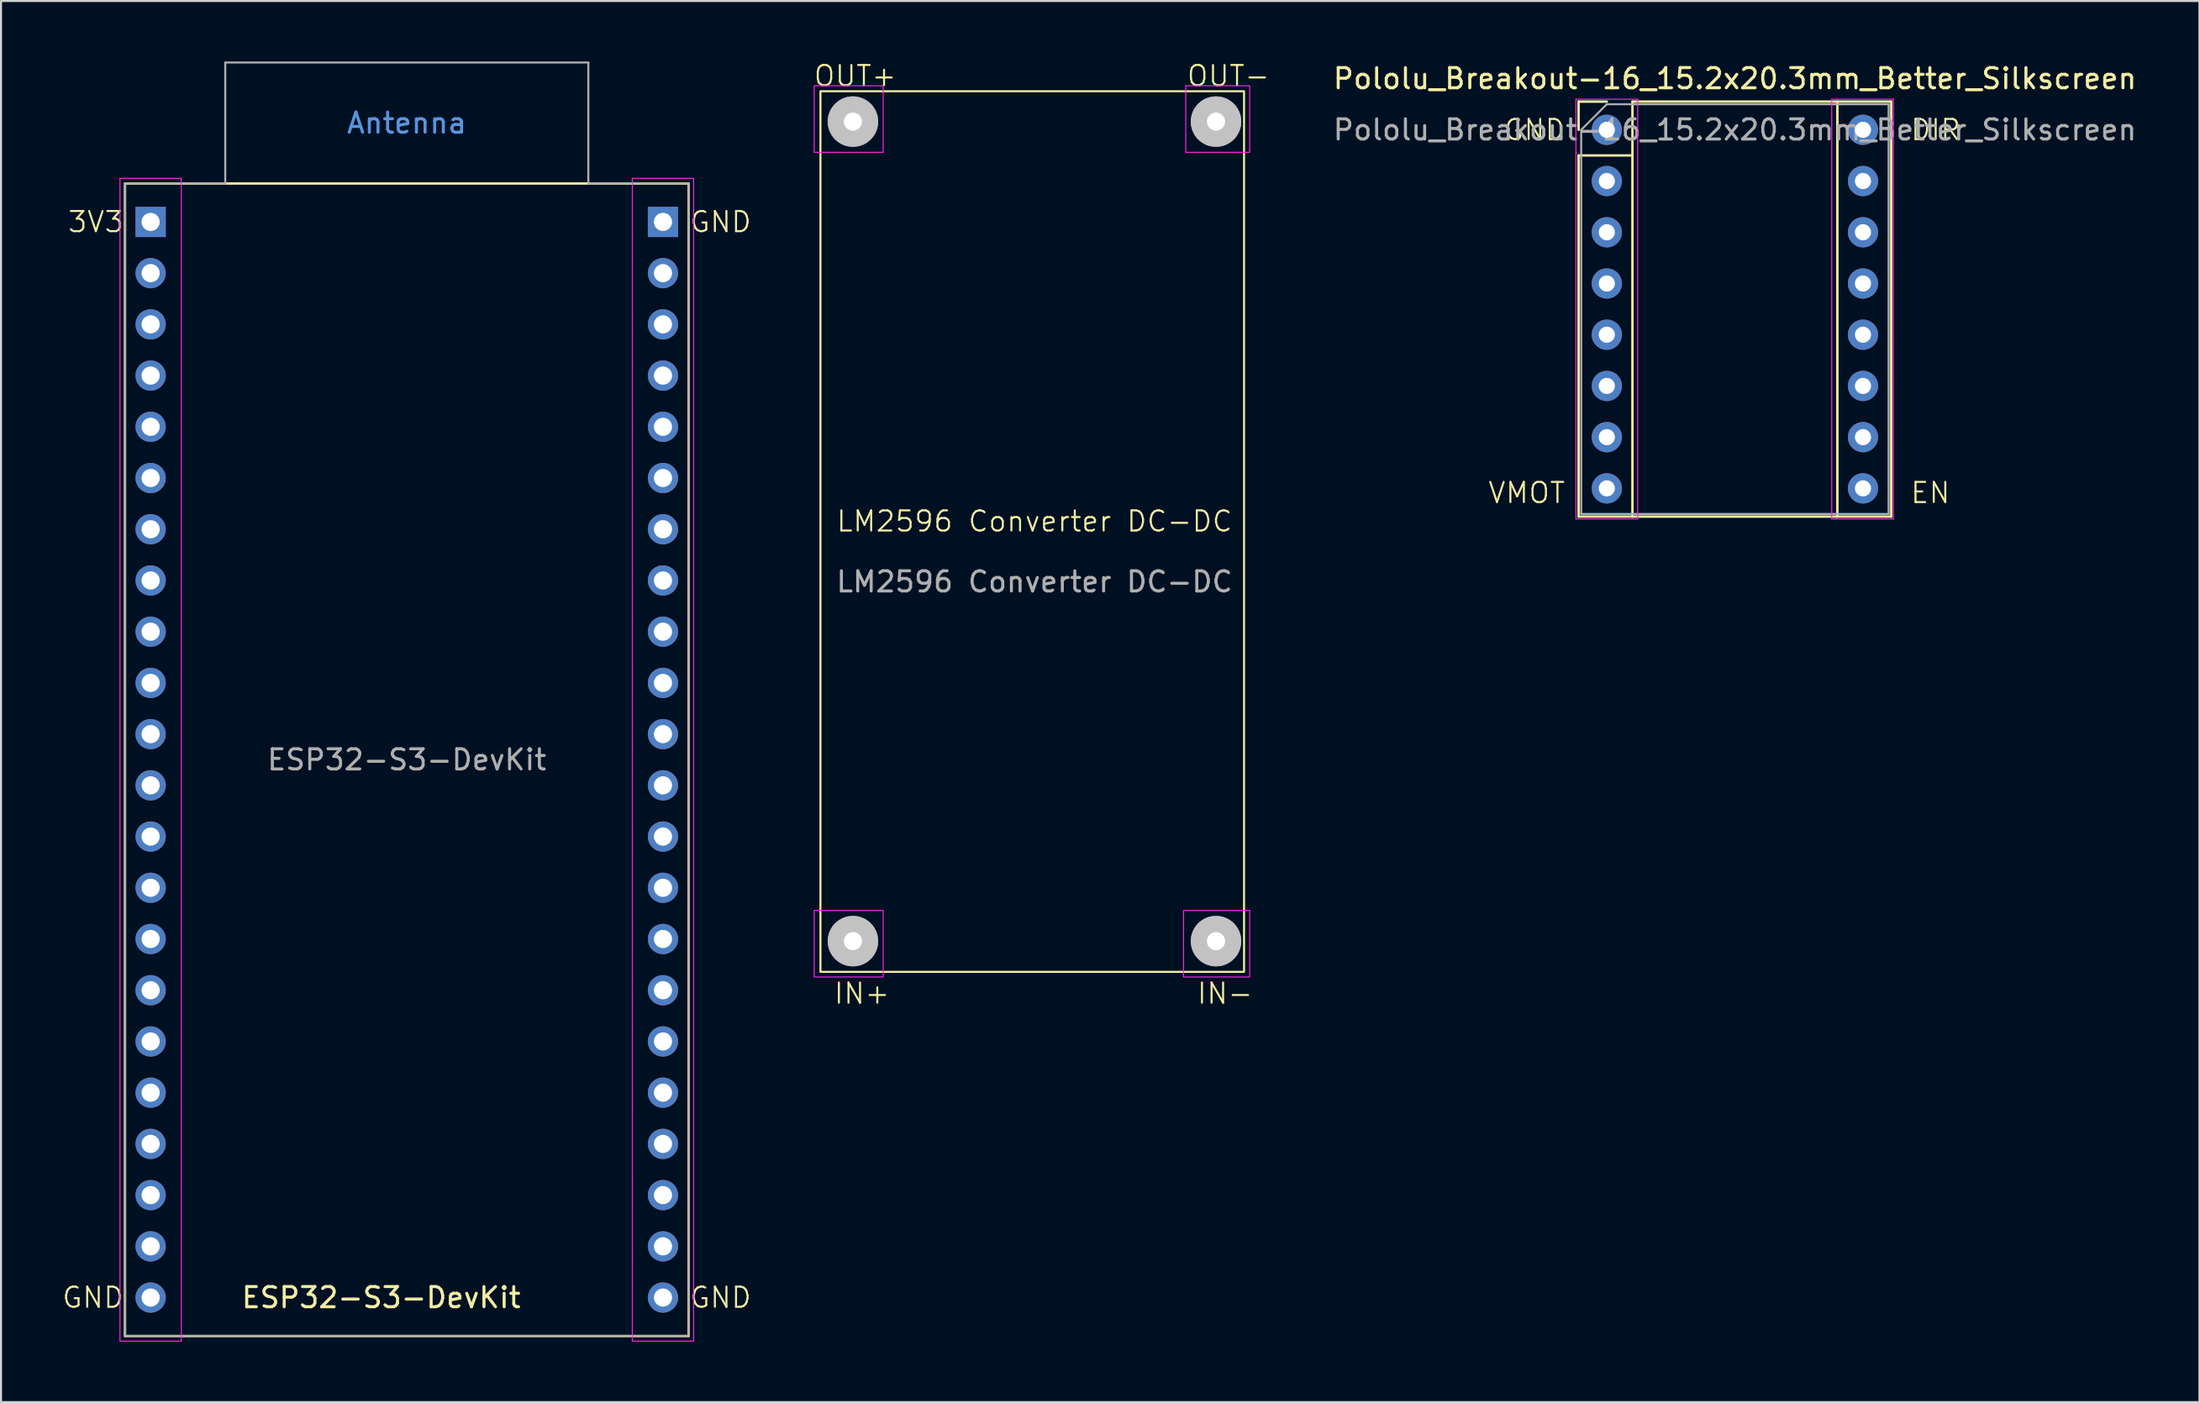
<source format=kicad_pcb>
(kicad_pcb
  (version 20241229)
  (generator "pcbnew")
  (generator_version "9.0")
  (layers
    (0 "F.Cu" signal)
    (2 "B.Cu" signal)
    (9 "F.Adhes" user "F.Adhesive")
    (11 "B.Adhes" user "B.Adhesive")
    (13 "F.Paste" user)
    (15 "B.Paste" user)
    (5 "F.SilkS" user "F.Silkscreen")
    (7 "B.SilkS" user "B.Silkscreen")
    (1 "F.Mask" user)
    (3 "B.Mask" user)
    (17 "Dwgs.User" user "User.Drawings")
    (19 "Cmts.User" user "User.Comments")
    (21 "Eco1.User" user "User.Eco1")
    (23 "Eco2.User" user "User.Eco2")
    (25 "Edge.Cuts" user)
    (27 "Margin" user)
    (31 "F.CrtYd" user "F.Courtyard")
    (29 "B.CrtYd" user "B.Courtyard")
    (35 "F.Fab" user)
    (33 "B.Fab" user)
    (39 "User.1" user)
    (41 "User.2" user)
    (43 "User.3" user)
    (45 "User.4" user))
  (footprint "Pololu_Breakout-16_15.2x20.3mm_Better_Silkscreen"
    (layer "F.Cu")
    (at 76.61 3.388)
    (property "Reference" "Pololu_Breakout-16_15.2x20.3mm_Better_Silkscreen" (at 6.35 -2.54 0) (layer "F.SilkS") (effects (font (size 1 1) (thickness 0.15))))
    (attr through_hole)
    (fp_line (start -1.4 -1.4) (end -1.4 0) (stroke (width 0.12) (type solid)) (layer "F.SilkS"))
    (fp_line (start -1.4 1.27) (end -1.4 19.18) (stroke (width 0.12) (type solid)) (layer "F.SilkS"))
    (fp_line (start -1.4 19.18) (end 14.1 19.18) (stroke (width 0.12) (type solid)) (layer "F.SilkS"))
    (fp_line (start 0 -1.4) (end -1.4 -1.4) (stroke (width 0.12) (type solid)) (layer "F.SilkS"))
    (fp_line (start 1.27 -1.4) (end 1.27 1.27) (stroke (width 0.12) (type solid)) (layer "F.SilkS"))
    (fp_line (start 1.27 1.27) (end -1.4 1.27) (stroke (width 0.12) (type solid)) (layer "F.SilkS"))
    (fp_line (start 1.27 1.27) (end 1.27 19.18) (stroke (width 0.12) (type solid)) (layer "F.SilkS"))
    (fp_line (start 11.43 -1.4) (end 11.43 19.18) (stroke (width 0.12) (type solid)) (layer "F.SilkS"))
    (fp_line (start 14.1 -1.4) (end 1.27 -1.4) (stroke (width 0.12) (type solid)) (layer "F.SilkS"))
    (fp_line (start 14.1 19.18) (end 14.1 -1.4) (stroke (width 0.12) (type solid)) (layer "F.SilkS"))
    (fp_line (start -1.53 -1.52) (end -1.53 19.3) (stroke (width 0.05) (type solid)) (layer "F.CrtYd"))
    (fp_line (start -1.53 -1.52) (end 1.53 -1.52) (stroke (width 0.05) (type solid)) (layer "F.CrtYd"))
    (fp_line (start 1.53 19.3) (end -1.53 19.3) (stroke (width 0.05) (type solid)) (layer "F.CrtYd"))
    (fp_line (start 1.53 19.3) (end 1.53 -1.52) (stroke (width 0.05) (type default)) (layer "F.CrtYd"))
    (fp_line (start 11.15 19.3) (end 11.15 -1.52) (stroke (width 0.05) (type default)) (layer "F.CrtYd"))
    (fp_line (start 14.21 -1.52) (end 11.15 -1.52) (stroke (width 0.05) (type default)) (layer "F.CrtYd"))
    (fp_line (start 14.21 19.3) (end 11.15 19.3) (stroke (width 0.05) (type default)) (layer "F.CrtYd"))
    (fp_line (start 14.21 19.3) (end 14.21 -1.52) (stroke (width 0.05) (type solid)) (layer "F.CrtYd"))
    (fp_line (start -1.27 0) (end 0 -1.27) (stroke (width 0.1) (type solid)) (layer "F.Fab"))
    (fp_line (start -1.27 19.05) (end -1.27 0) (stroke (width 0.1) (type solid)) (layer "F.Fab"))
    (fp_line (start 0 -1.27) (end 13.97 -1.27) (stroke (width 0.1) (type solid)) (layer "F.Fab"))
    (fp_line (start 13.97 -1.27) (end 13.97 19.05) (stroke (width 0.1) (type solid)) (layer "F.Fab"))
    (fp_line (start 13.97 19.05) (end -1.27 19.05) (stroke (width 0.1) (type solid)) (layer "F.Fab"))
    (fp_text user "DIR" (at 15 0 0) (unlocked yes) (layer "F.SilkS") (effects (font (size 1 1) (thickness 0.1)) (justify left)))
    (fp_text user "VMOT" (at -2 18 0) (unlocked yes) (layer "F.SilkS") (effects (font (size 1 1) (thickness 0.1)) (justify right)))
    (fp_text user "GND" (at -2 0 0) (unlocked yes) (layer "F.SilkS") (effects (font (size 1 1) (thickness 0.1)) (justify right)))
    (fp_text user "EN" (at 15 18 0) (unlocked yes) (layer "F.SilkS") (effects (font (size 1 1) (thickness 0.1)) (justify left)))
    (fp_text user "${REFERENCE}" (at 6.35 0 0) (layer "F.Fab") (effects (font (size 1 1) (thickness 0.15))))
    (pad "1" thru_hole circle (at 0 0) (size 1.5 1.5) (drill 0.8) (layers "*.Cu" "*.Mask"))
    (pad "2" thru_hole circle (at 0 2.54) (size 1.5 1.5) (drill 0.8) (layers "*.Cu" "*.Mask"))
    (pad "3" thru_hole circle (at 0 5.08) (size 1.5 1.5) (drill 0.8) (layers "*.Cu" "*.Mask"))
    (pad "4" thru_hole circle (at 0 7.62) (size 1.5 1.5) (drill 0.8) (layers "*.Cu" "*.Mask"))
    (pad "5" thru_hole circle (at 0 10.16) (size 1.5 1.5) (drill 0.8) (layers "*.Cu" "*.Mask"))
    (pad "6" thru_hole circle (at 0 12.7) (size 1.5 1.5) (drill 0.8) (layers "*.Cu" "*.Mask"))
    (pad "7" thru_hole circle (at 0 15.24) (size 1.5 1.5) (drill 0.8) (layers "*.Cu" "*.Mask"))
    (pad "8" thru_hole circle (at 0 17.78) (size 1.5 1.5) (drill 0.8) (layers "*.Cu" "*.Mask"))
    (pad "9" thru_hole circle (at 12.7 17.78) (size 1.5 1.5) (drill 0.8) (layers "*.Cu" "*.Mask"))
    (pad "10" thru_hole circle (at 12.7 15.24) (size 1.5 1.5) (drill 0.8) (layers "*.Cu" "*.Mask"))
    (pad "11" thru_hole circle (at 12.7 12.7) (size 1.5 1.5) (drill 0.8) (layers "*.Cu" "*.Mask"))
    (pad "12" thru_hole circle (at 12.7 10.16) (size 1.5 1.5) (drill 0.8) (layers "*.Cu" "*.Mask"))
    (pad "13" thru_hole circle (at 12.7 7.62) (size 1.5 1.5) (drill 0.8) (layers "*.Cu" "*.Mask"))
    (pad "14" thru_hole circle (at 12.7 5.08) (size 1.5 1.5) (drill 0.8) (layers "*.Cu" "*.Mask"))
    (pad "15" thru_hole circle (at 12.7 2.54) (size 1.5 1.5) (drill 0.8) (layers "*.Cu" "*.Mask"))
    (pad "16" thru_hole circle (at 12.7 0) (size 1.5 1.5) (drill 0.8) (layers "*.Cu" "*.Mask")))
  (footprint "ESP32-S3-DevKit"
    (layer "F.Cu")
    (at 4.418 7.955)
    (property "Reference" "ESP32-S3-DevKit" (at 11.43 53.34 0) (unlocked yes) (layer "F.SilkS") (effects (font (size 1 1) (thickness 0.15))))
    (attr through_hole)
    (fp_line (start -1.27 -1.905) (end 26.67 -1.905) (stroke (width 0.12) (type default)) (layer "F.SilkS"))
    (fp_line (start -1.27 55.245) (end -1.27 -1.905) (stroke (width 0.12) (type default)) (layer "F.SilkS"))
    (fp_line (start 26.67 -1.905) (end 26.67 55.245) (stroke (width 0.12) (type default)) (layer "F.SilkS"))
    (fp_line (start 26.67 55.245) (end -1.27 55.245) (stroke (width 0.12) (type default)) (layer "F.SilkS"))
    (fp_line (start -1.52 -2.16) (end 1.52 -2.16) (stroke (width 0.05) (type default)) (layer "F.CrtYd"))
    (fp_line (start -1.52 55.5) (end -1.52 -2.16) (stroke (width 0.05) (type default)) (layer "F.CrtYd"))
    (fp_line (start -1.52 55.5) (end 1.52 55.5) (stroke (width 0.05) (type default)) (layer "F.CrtYd"))
    (fp_line (start 1.52 55.5) (end 1.52 -2.16) (stroke (width 0.05) (type default)) (layer "F.CrtYd"))
    (fp_line (start 23.88 -2.16) (end 26.92 -2.16) (stroke (width 0.05) (type default)) (layer "F.CrtYd"))
    (fp_line (start 23.88 55.5) (end 23.88 -2.16) (stroke (width 0.05) (type default)) (layer "F.CrtYd"))
    (fp_line (start 26.92 55.5) (end 23.88 55.5) (stroke (width 0.05) (type default)) (layer "F.CrtYd"))
    (fp_line (start 26.92 55.5) (end 26.92 -2.16) (stroke (width 0.05) (type default)) (layer "F.CrtYd"))
    (fp_line (start -1.27 -1.905) (end 3.7 -1.905) (stroke (width 0.1) (type default)) (layer "F.Fab"))
    (fp_line (start -1.27 55.245) (end -1.27 -1.905) (stroke (width 0.1) (type default)) (layer "F.Fab"))
    (fp_line (start 3.7 -1.905) (end 3.7 -7.905) (stroke (width 0.1) (type default)) (layer "F.Fab"))
    (fp_line (start 21.7 -7.905) (end 3.7 -7.905) (stroke (width 0.1) (type default)) (layer "F.Fab"))
    (fp_line (start 21.7 -1.905) (end 21.7 -7.905) (stroke (width 0.1) (type default)) (layer "F.Fab"))
    (fp_line (start 26.67 -1.905) (end 21.7 -1.905) (stroke (width 0.1) (type default)) (layer "F.Fab"))
    (fp_line (start 26.67 -1.905) (end 26.67 55.245) (stroke (width 0.1) (type default)) (layer "F.Fab"))
    (fp_line (start 26.67 55.245) (end -1.27 55.245) (stroke (width 0.1) (type default)) (layer "F.Fab"))
    (fp_text user "3V3" (at -1.27 0 0) (unlocked yes) (layer "F.SilkS") (effects (font (size 1 1) (thickness 0.1)) (justify right)))
    (fp_text user "GND" (at 26.67 53.34 0) (unlocked yes) (layer "F.SilkS") (effects (font (size 1 1) (thickness 0.1)) (justify left)))
    (fp_text user "GND" (at 26.67 0 0) (unlocked yes) (layer "F.SilkS") (effects (font (size 1 1) (thickness 0.1)) (justify left)))
    (fp_text user "GND" (at -1.27 53.34 0) (unlocked yes) (layer "F.SilkS") (effects (font (size 1 1) (thickness 0.1)) (justify right)))
    (fp_text user "Antenna" (at 12.7 -4.905 0) (unlocked yes) (layer "Cmts.User") (effects (font (size 1 1) (thickness 0.15))))
    (fp_text user "${REFERENCE}" (at 12.7 26.67 0) (unlocked yes) (layer "F.Fab") (effects (font (size 1 1) (thickness 0.15))))
    (pad "1" thru_hole rect (at 0 0) (size 1.5 1.5) (drill 0.9) (layers "*.Cu" "*.Mask") (remove_unused_layers yes) (keep_end_layers yes) (zone_layer_connections))
    (pad "2" thru_hole circle (at 0 2.54) (size 1.5 1.5) (drill 0.9) (layers "*.Cu" "*.Mask") (remove_unused_layers yes) (keep_end_layers yes) (zone_layer_connections))
    (pad "3" thru_hole circle (at 0 5.08) (size 1.5 1.5) (drill 0.9) (layers "*.Cu" "*.Mask") (remove_unused_layers yes) (keep_end_layers yes) (zone_layer_connections))
    (pad "4" thru_hole circle (at 0 7.62) (size 1.5 1.5) (drill 0.9) (layers "*.Cu" "*.Mask") (remove_unused_layers yes) (keep_end_layers yes) (zone_layer_connections))
    (pad "5" thru_hole circle (at 0 10.16) (size 1.5 1.5) (drill 0.9) (layers "*.Cu" "*.Mask") (remove_unused_layers yes) (keep_end_layers yes) (zone_layer_connections))
    (pad "6" thru_hole circle (at 0 12.7) (size 1.5 1.5) (drill 0.9) (layers "*.Cu" "*.Mask") (remove_unused_layers yes) (keep_end_layers yes) (zone_layer_connections))
    (pad "7" thru_hole circle (at 0 15.24) (size 1.5 1.5) (drill 0.9) (layers "*.Cu" "*.Mask") (remove_unused_layers yes) (keep_end_layers yes) (zone_layer_connections))
    (pad "8" thru_hole circle (at 0 17.78) (size 1.5 1.5) (drill 0.9) (layers "*.Cu" "*.Mask") (remove_unused_layers yes) (keep_end_layers yes) (zone_layer_connections))
    (pad "9" thru_hole circle (at 0 20.32) (size 1.5 1.5) (drill 0.9) (layers "*.Cu" "*.Mask") (remove_unused_layers yes) (keep_end_layers yes) (zone_layer_connections))
    (pad "10" thru_hole circle (at 0 22.86) (size 1.5 1.5) (drill 0.9) (layers "*.Cu" "*.Mask") (remove_unused_layers yes) (keep_end_layers yes) (zone_layer_connections))
    (pad "11" thru_hole circle (at 0 25.4) (size 1.5 1.5) (drill 0.9) (layers "*.Cu" "*.Mask") (remove_unused_layers yes) (keep_end_layers yes) (zone_layer_connections))
    (pad "12" thru_hole circle (at 0 27.94) (size 1.5 1.5) (drill 0.9) (layers "*.Cu" "*.Mask") (remove_unused_layers yes) (keep_end_layers yes) (zone_layer_connections))
    (pad "13" thru_hole circle (at 0 30.48) (size 1.5 1.5) (drill 0.9) (layers "*.Cu" "*.Mask") (remove_unused_layers yes) (keep_end_layers yes) (zone_layer_connections))
    (pad "14" thru_hole circle (at 0 33.02) (size 1.5 1.5) (drill 0.9) (layers "*.Cu" "*.Mask") (remove_unused_layers yes) (keep_end_layers yes) (zone_layer_connections))
    (pad "15" thru_hole circle (at 0 35.56) (size 1.5 1.5) (drill 0.9) (layers "*.Cu" "*.Mask") (remove_unused_layers yes) (keep_end_layers yes) (zone_layer_connections))
    (pad "16" thru_hole circle (at 0 38.1 180) (size 1.5 1.5) (drill 0.9) (layers "*.Cu" "*.Mask") (remove_unused_layers yes) (keep_end_layers yes) (zone_layer_connections))
    (pad "17" thru_hole circle (at 0 40.64 180) (size 1.5 1.5) (drill 0.9) (layers "*.Cu" "*.Mask") (remove_unused_layers yes) (keep_end_layers yes) (zone_layer_connections))
    (pad "18" thru_hole circle (at 0 43.18 180) (size 1.5 1.5) (drill 0.9) (layers "*.Cu" "*.Mask") (remove_unused_layers yes) (keep_end_layers yes) (zone_layer_connections))
    (pad "19" thru_hole circle (at 0 45.72 180) (size 1.5 1.5) (drill 0.9) (layers "*.Cu" "*.Mask") (remove_unused_layers yes) (keep_end_layers yes) (zone_layer_connections))
    (pad "20" thru_hole circle (at 0 48.26 180) (size 1.5 1.5) (drill 0.9) (layers "*.Cu" "*.Mask") (remove_unused_layers yes) (keep_end_layers yes) (zone_layer_connections))
    (pad "21" thru_hole circle (at 0 50.8 180) (size 1.5 1.5) (drill 0.9) (layers "*.Cu" "*.Mask") (remove_unused_layers yes) (keep_end_layers yes) (zone_layer_connections))
    (pad "22" thru_hole circle (at 0 53.34 180) (size 1.5 1.5) (drill 0.9) (layers "*.Cu" "*.Mask") (remove_unused_layers yes) (keep_end_layers yes) (zone_layer_connections))
    (pad "23" thru_hole circle (at 25.4 53.34) (size 1.5 1.5) (drill 0.9) (layers "*.Cu" "*.Mask") (remove_unused_layers yes) (keep_end_layers yes) (zone_layer_connections))
    (pad "24" thru_hole circle (at 25.4 50.8) (size 1.5 1.5) (drill 0.9) (layers "*.Cu" "*.Mask") (remove_unused_layers yes) (keep_end_layers yes) (zone_layer_connections))
    (pad "25" thru_hole circle (at 25.4 48.26) (size 1.5 1.5) (drill 0.9) (layers "*.Cu" "*.Mask") (remove_unused_layers yes) (keep_end_layers yes) (zone_layer_connections))
    (pad "26" thru_hole circle (at 25.4 45.72) (size 1.5 1.5) (drill 0.9) (layers "*.Cu" "*.Mask") (remove_unused_layers yes) (keep_end_layers yes) (zone_layer_connections))
    (pad "27" thru_hole circle (at 25.4 43.18) (size 1.5 1.5) (drill 0.9) (layers "*.Cu" "*.Mask") (remove_unused_layers yes) (keep_end_layers yes) (zone_layer_connections))
    (pad "28" thru_hole circle (at 25.4 40.64) (size 1.5 1.5) (drill 0.9) (layers "*.Cu" "*.Mask") (remove_unused_layers yes) (keep_end_layers yes) (zone_layer_connections))
    (pad "29" thru_hole circle (at 25.4 38.1) (size 1.5 1.5) (drill 0.9) (layers "*.Cu" "*.Mask") (remove_unused_layers yes) (keep_end_layers yes) (zone_layer_connections))
    (pad "30" thru_hole circle (at 25.4 35.56) (size 1.5 1.5) (drill 0.9) (layers "*.Cu" "*.Mask") (remove_unused_layers yes) (keep_end_layers yes) (zone_layer_connections))
    (pad "31" thru_hole circle (at 25.4 33.02) (size 1.5 1.5) (drill 0.9) (layers "*.Cu" "*.Mask") (remove_unused_layers yes) (keep_end_layers yes) (zone_layer_connections))
    (pad "32" thru_hole circle (at 25.4 30.48) (size 1.5 1.5) (drill 0.9) (layers "*.Cu" "*.Mask") (remove_unused_layers yes) (keep_end_layers yes) (zone_layer_connections))
    (pad "33" thru_hole circle (at 25.4 27.94) (size 1.5 1.5) (drill 0.9) (layers "*.Cu" "*.Mask") (remove_unused_layers yes) (keep_end_layers yes) (zone_layer_connections))
    (pad "34" thru_hole circle (at 25.4 25.4) (size 1.5 1.5) (drill 0.9) (layers "*.Cu" "*.Mask") (remove_unused_layers yes) (keep_end_layers yes) (zone_layer_connections))
    (pad "35" thru_hole circle (at 25.4 22.86) (size 1.5 1.5) (drill 0.9) (layers "*.Cu" "*.Mask") (remove_unused_layers yes) (keep_end_layers yes) (zone_layer_connections))
    (pad "36" thru_hole circle (at 25.4 20.32) (size 1.5 1.5) (drill 0.9) (layers "*.Cu" "*.Mask") (remove_unused_layers yes) (keep_end_layers yes) (zone_layer_connections))
    (pad "37" thru_hole circle (at 25.4 17.78) (size 1.5 1.5) (drill 0.9) (layers "*.Cu" "*.Mask") (remove_unused_layers yes) (keep_end_layers yes) (zone_layer_connections))
    (pad "38" thru_hole circle (at 25.4 15.24) (size 1.5 1.5) (drill 0.9) (layers "*.Cu" "*.Mask") (remove_unused_layers yes) (keep_end_layers yes) (zone_layer_connections))
    (pad "39" thru_hole circle (at 25.4 12.7) (size 1.5 1.5) (drill 0.9) (layers "*.Cu" "*.Mask") (remove_unused_layers yes) (keep_end_layers yes) (zone_layer_connections))
    (pad "40" thru_hole circle (at 25.4 10.16) (size 1.5 1.5) (drill 0.9) (layers "*.Cu" "*.Mask") (remove_unused_layers yes) (keep_end_layers yes) (zone_layer_connections))
    (pad "41" thru_hole circle (at 25.4 7.62) (size 1.5 1.5) (drill 0.9) (layers "*.Cu" "*.Mask") (remove_unused_layers yes) (keep_end_layers yes) (zone_layer_connections))
    (pad "42" thru_hole circle (at 25.4 5.08) (size 1.5 1.5) (drill 0.9) (layers "*.Cu" "*.Mask") (remove_unused_layers yes) (keep_end_layers yes) (zone_layer_connections))
    (pad "43" thru_hole circle (at 25.4 2.54) (size 1.5 1.5) (drill 0.9) (layers "*.Cu" "*.Mask") (remove_unused_layers yes) (keep_end_layers yes) (zone_layer_connections))
    (pad "44" thru_hole rect (at 25.4 0) (size 1.5 1.5) (drill 0.9) (layers "*.Cu" "*.Mask") (remove_unused_layers yes) (keep_end_layers yes) (zone_layer_connections)))
  (footprint "LM2596 Converter DC-DC"
    (layer "F.Cu")
    (at 48.235 23.3)
    (property "Reference" "LM2596 Converter DC-DC" (at 0 -0.5 0) (unlocked yes) (layer "F.SilkS") (effects (font (size 1 1) (thickness 0.1))))
    (attr through_hole)
    (fp_rect (start -10.61 -21.826) (end 10.39 21.844) (stroke (width 0.1) (type default)) (fill no) (layer "F.SilkS"))
    (fp_rect (start -10.922 -22.098) (end -7.5 -18.796) (stroke (width 0.05) (type default)) (fill no) (layer "F.CrtYd"))
    (fp_rect (start -10.922 18.796) (end -7.5 22.098) (stroke (width 0.05) (type default)) (fill no) (layer "F.CrtYd"))
    (fp_rect (start 7.39 18.796) (end 10.668 22.098) (stroke (width 0.05) (type default)) (fill no) (layer "F.CrtYd"))
    (fp_rect (start 7.5 -22.098) (end 10.668 -18.796) (stroke (width 0.05) (type default)) (fill no) (layer "F.CrtYd"))
    (fp_text user "OUT-" (at 7.5 -22 0) (unlocked yes) (layer "F.SilkS") (effects (font (size 1 1) (thickness 0.1)) (justify left bottom)))
    (fp_text user "OUT+" (at -11 -22 0) (unlocked yes) (layer "F.SilkS") (effects (font (size 1 1) (thickness 0.1)) (justify left bottom)))
    (fp_text user "IN+" (at -10 23.5 0) (unlocked yes) (layer "F.SilkS") (effects (font (size 1 1) (thickness 0.1)) (justify left bottom)))
    (fp_text user "IN-" (at 8 23.5 0) (unlocked yes) (layer "F.SilkS") (effects (font (size 1 1) (thickness 0.1)) (justify left bottom)))
    (fp_text user "${REFERENCE}" (at 0 2.5 0) (unlocked yes) (layer "F.Fab") (effects (font (size 1 1) (thickness 0.15))))
    (pad "1" thru_hole circle (at -9 20.32) (size 2.5 2.5) (drill 0.9) (layers "*.Cu" "*.Mask" "Dwgs.User"))
    (pad "2" thru_hole circle (at 9 20.32) (size 2.5 2.5) (drill 0.9) (layers "*.Cu" "*.Mask" "Dwgs.User"))
    (pad "3" thru_hole circle (at -9 -20.32) (size 2.5 2.5) (drill 0.9) (layers "*.Cu" "*.Mask" "Dwgs.User"))
    (pad "4" thru_hole circle (at 9 -20.32) (size 2.5 2.5) (drill 0.9) (layers "*.Cu" "*.Mask" "Dwgs.User")))
  (gr_rect
    (start -3 -3)
    (end 105.99 66.48)
    (stroke (width 0.1) (type default))
    (fill no)
    (layer "Edge.Cuts")))
</source>
